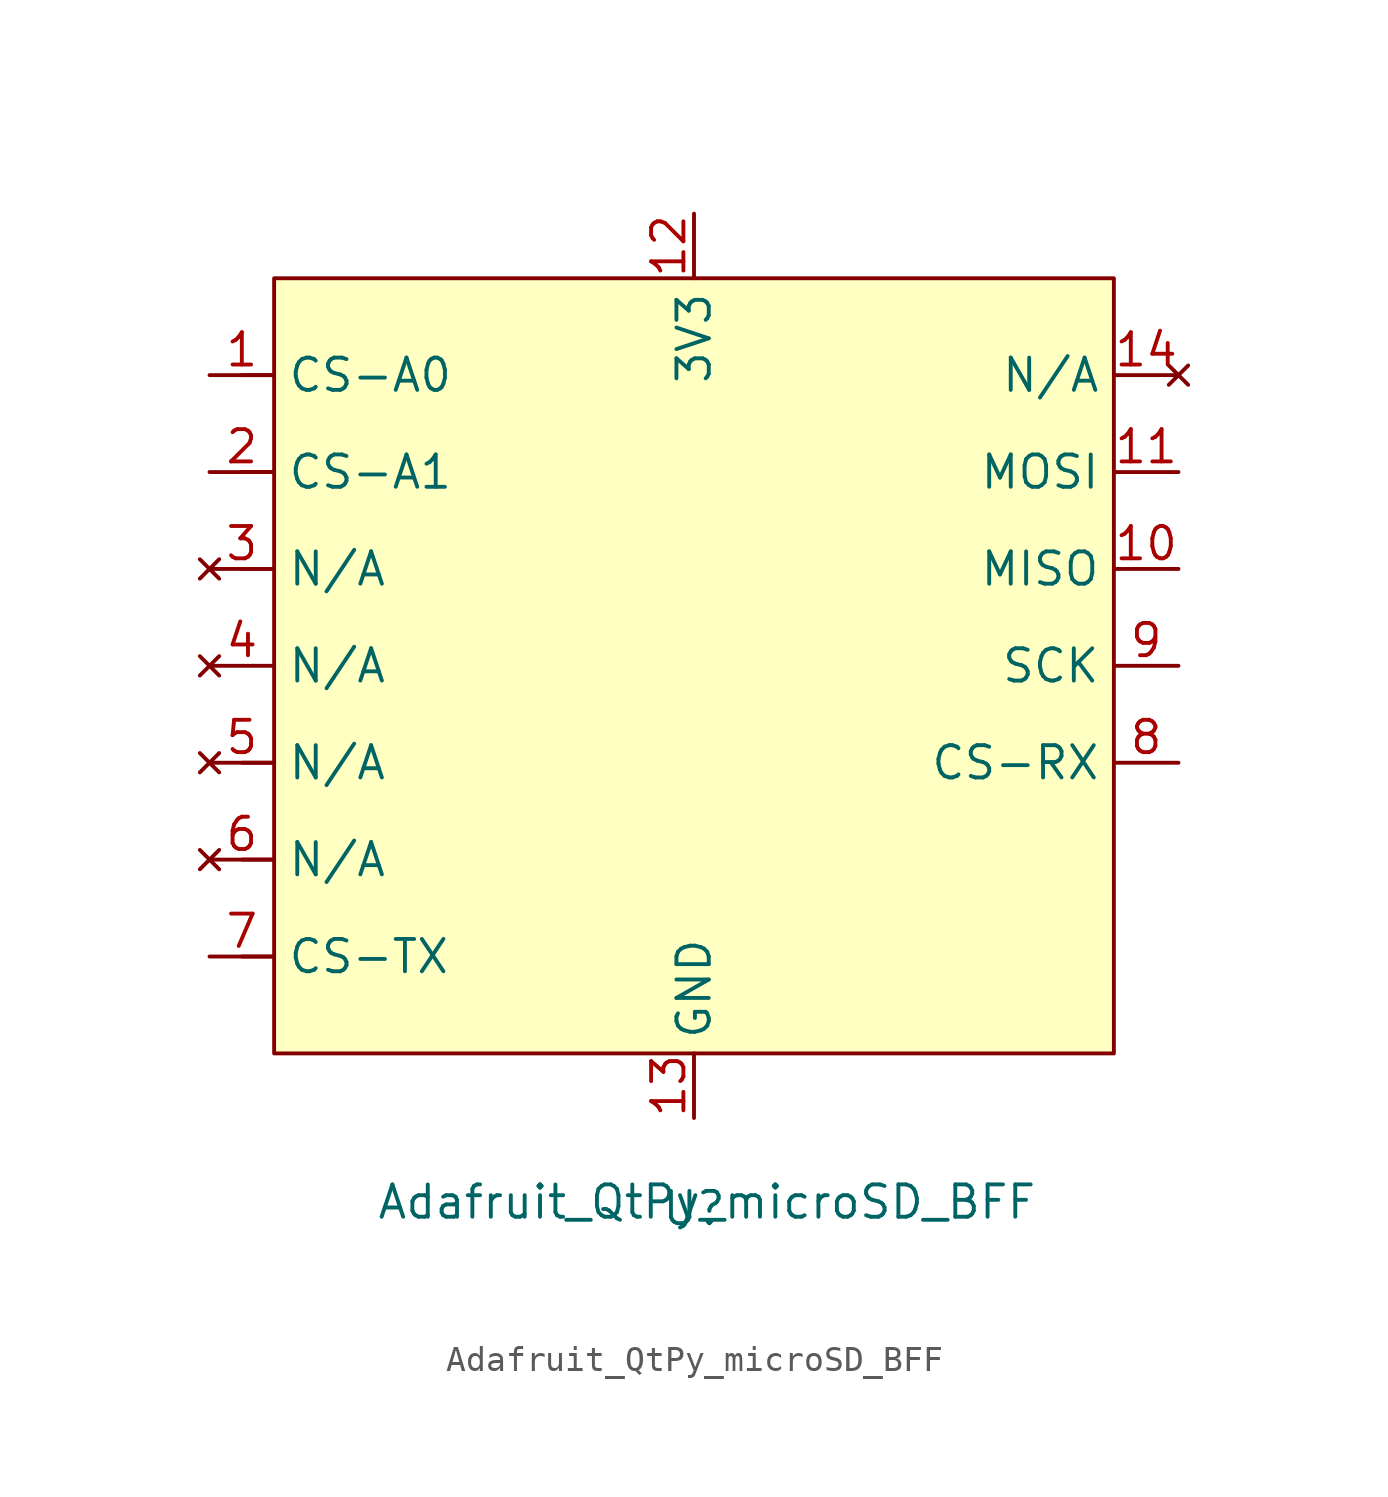
<source format=kicad_sym>
(kicad_symbol_lib
  (version 20231120)
  (generator "kicad_symbol_editor")
  (generator_version "8.0")
  (symbol "Adafruit_QtPy_microSD_BFF"
    (property "Reference" "U"
      (at 0 -21.336 0)
      (effects (font (size 1.27 1.27))))
    (property "Value" "Adafruit_QtPy_microSD_BFF"
      (at 0.508 -21.082 0)
      (effects (font (size 1.27 1.27))))
    (symbol "Adafruit_QtPy_microSD_BFF_1_0"
      (polyline (pts (xy -16.51 -11.43) (xy -17.78 -11.43)) (stroke (width 0.152) (type solid)) (fill (type none)))
      (polyline (pts (xy -16.51 -7.62) (xy -17.78 -7.62)) (stroke (width 0.152) (type solid)) (fill (type none)))
      (polyline (pts (xy -16.51 -3.81) (xy -17.78 -3.81)) (stroke (width 0.152) (type solid)) (fill (type none)))
      (polyline (pts (xy -16.51 3.81) (xy -17.78 3.81)) (stroke (width 0.152) (type solid)) (fill (type none)))
      (polyline (pts (xy -16.51 7.62) (xy -17.78 7.62)) (stroke (width 0.152) (type solid)) (fill (type none)))
      (polyline (pts (xy -16.51 11.43) (xy -17.78 11.43)) (stroke (width 0.152) (type solid)) (fill (type none)))
      (pin bidirectional line (at -19.05 11.43 0) (length 2.54) (name "CS-A0" (effects (font (size 1.27 1.27)))) (number "1" (effects (font (size 1.27 1.27)))))
      (pin bidirectional line (at 19.05 3.81 180) (length 2.54) (name "MISO" (effects (font (size 1.27 1.27)))) (number "10" (effects (font (size 1.27 1.27)))))
      (pin bidirectional line (at 19.05 7.62 180) (length 2.54) (name "MOSI" (effects (font (size 1.27 1.27)))) (number "11" (effects (font (size 1.27 1.27)))))
      (pin power_out line (at 0 17.78 270) (length 2.54) (name "3V3" (effects (font (size 1.27 1.27)))) (number "12" (effects (font (size 1.27 1.27)))))
      (pin power_out line (at 0 -17.78 90) (length 2.54) (name "GND" (effects (font (size 1.27 1.27)))) (number "13" (effects (font (size 1.27 1.27)))))
      (pin no_connect line (at 19.05 11.43 180) (length 2.54) (name "N/A" (effects (font (size 1.27 1.27)))) (number "14" (effects (font (size 1.27 1.27)))))
      (pin bidirectional line (at -19.05 7.62 0) (length 2.54) (name "CS-A1" (effects (font (size 1.27 1.27)))) (number "2" (effects (font (size 1.27 1.27)))))
      (pin no_connect line (at -19.05 3.81 0) (length 2.54) (name "N/A" (effects (font (size 1.27 1.27)))) (number "3" (effects (font (size 1.27 1.27)))))
      (pin no_connect line (at -19.05 0 0) (length 2.54) (name "N/A" (effects (font (size 1.27 1.27)))) (number "4" (effects (font (size 1.27 1.27)))))
      (pin no_connect line (at -19.05 -3.81 0) (length 2.54) (name "N/A" (effects (font (size 1.27 1.27)))) (number "5" (effects (font (size 1.27 1.27)))))
      (pin no_connect line (at -19.05 -7.62 0) (length 2.54) (name "N/A" (effects (font (size 1.27 1.27)))) (number "6" (effects (font (size 1.27 1.27)))))
      (pin bidirectional line (at -19.05 -11.43 0) (length 2.54) (name "CS-TX" (effects (font (size 1.27 1.27)))) (number "7" (effects (font (size 1.27 1.27)))))
      (pin bidirectional line (at 19.05 -3.81 180) (length 2.54) (name "CS-RX" (effects (font (size 1.27 1.27)))) (number "8" (effects (font (size 1.27 1.27)))))
      (pin bidirectional line (at 19.05 0 180) (length 2.54) (name "SCK" (effects (font (size 1.27 1.27)))) (number "9" (effects (font (size 1.27 1.27))))))
    (symbol "Adafruit_QtPy_microSD_BFF_1_1"
      (rectangle (start -16.51 15.24) (end 16.51 -15.24) (stroke (width 0) (type default)) (fill (type background))))))
</source>
